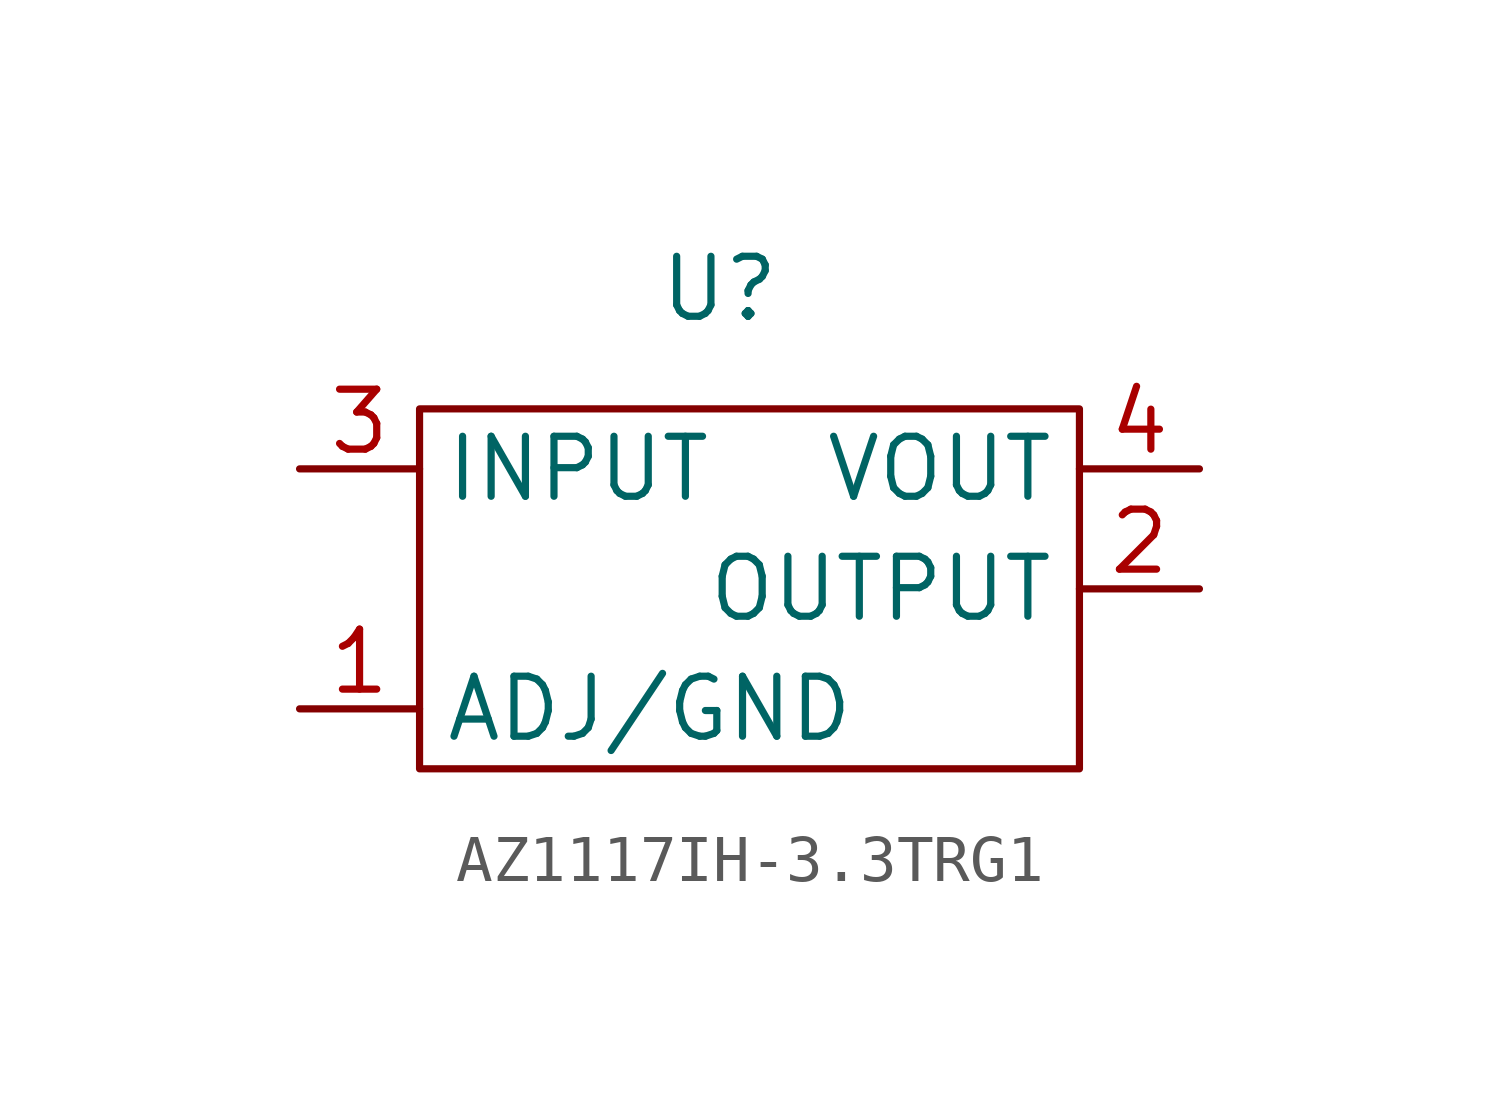
<source format=kicad_sym>
(kicad_symbol_lib
  (version 20211014)
  (generator kicad_symbol_editor)
  (symbol "AZ1117IH-3.3TRG1"
    (property "Reference" "U"
      (at 0 0 0)
      (effects (font (size 1.27 1.27))))
    (symbol "AZ1117IH-3.3TRG1_0_1"
      (rectangle (start -6.35 -2.54) (end 7.62 -10.16) (stroke (width 0) (type default) (color 0 0 0 0)) (fill (type none))))
    (symbol "AZ1117IH-3.3TRG1_1_1"
      (pin input line (at -8.89 -8.89 0) (length 2.54) (name "ADJ/GND" (effects (font (size 1.27 1.27)))) (number "1" (effects (font (size 1.27 1.27)))))
      (pin output line (at 10.16 -6.35 180) (length 2.54) (name "OUTPUT" (effects (font (size 1.27 1.27)))) (number "2" (effects (font (size 1.27 1.27)))))
      (pin input line (at -8.89 -3.81 0) (length 2.54) (name "INPUT" (effects (font (size 1.27 1.27)))) (number "3" (effects (font (size 1.27 1.27)))))
      (pin output line (at 10.16 -3.81 180) (length 2.54) (name "VOUT" (effects (font (size 1.27 1.27)))) (number "4" (effects (font (size 1.27 1.27))))))))
</source>
